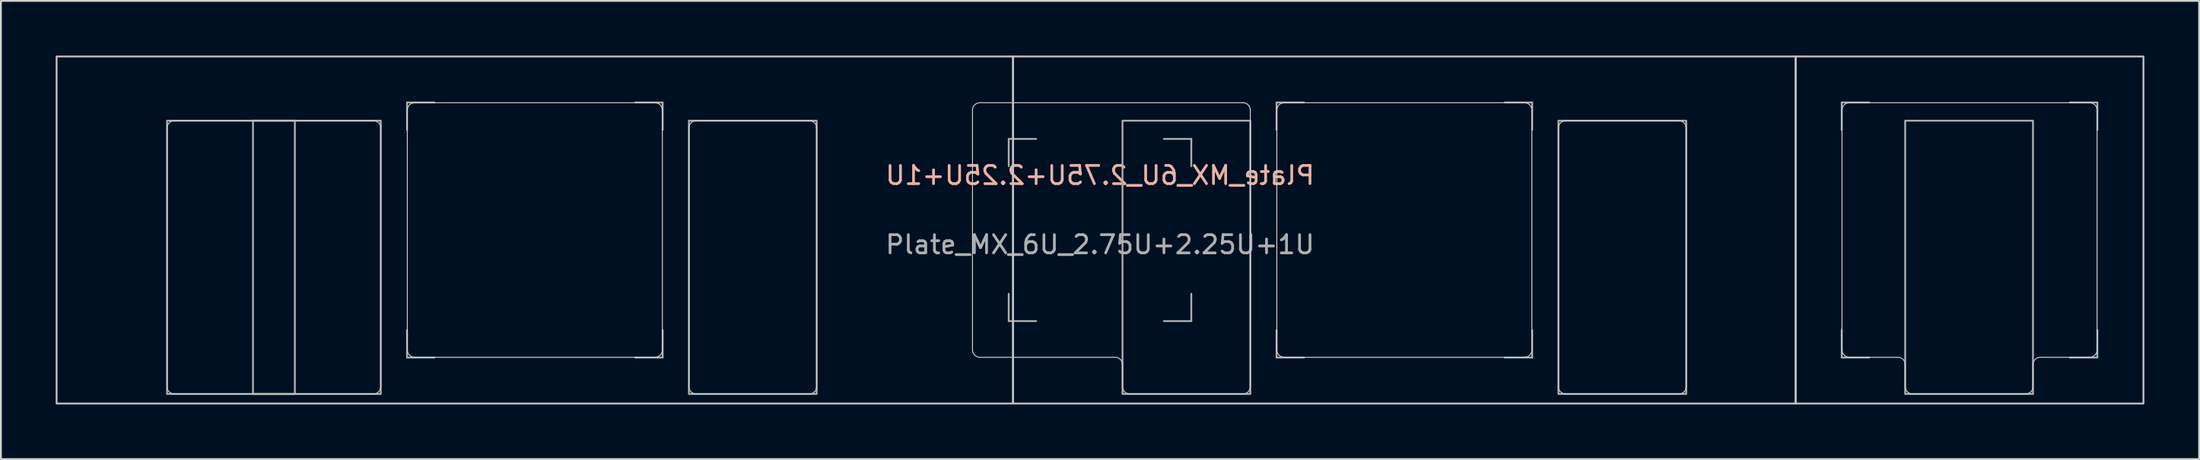
<source format=kicad_pcb>
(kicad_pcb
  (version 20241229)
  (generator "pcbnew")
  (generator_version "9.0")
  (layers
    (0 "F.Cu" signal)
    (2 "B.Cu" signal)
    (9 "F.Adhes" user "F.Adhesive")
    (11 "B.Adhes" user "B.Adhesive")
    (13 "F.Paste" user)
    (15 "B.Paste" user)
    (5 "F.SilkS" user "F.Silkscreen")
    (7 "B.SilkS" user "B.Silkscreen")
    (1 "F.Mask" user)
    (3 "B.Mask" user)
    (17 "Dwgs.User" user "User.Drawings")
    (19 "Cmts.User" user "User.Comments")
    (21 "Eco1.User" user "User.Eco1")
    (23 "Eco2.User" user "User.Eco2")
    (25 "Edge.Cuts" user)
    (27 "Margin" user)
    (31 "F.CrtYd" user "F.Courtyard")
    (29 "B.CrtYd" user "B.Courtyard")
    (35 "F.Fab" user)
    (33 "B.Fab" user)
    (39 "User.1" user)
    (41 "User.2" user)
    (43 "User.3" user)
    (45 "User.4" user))
  (footprint "Plate_MX_6U_2.75U+2.25U+1U"
    (layer "F.Cu")
    (at 57.2 9.575)
    (property "Reference" "Plate_MX_6U_2.75U+2.25U+1U" (at 0 -3 0) (layer "B.SilkS") (effects (font (size 1 1) (thickness 0.15)) (justify mirror)))
    (attr exclude_from_pos_files exclude_from_bom)
    (fp_rect (start -57.15 -9.525) (end -4.763 9.525) (stroke (width 0.1) (type default)) (fill no) (layer "Dwgs.User"))
    (fp_rect (start -4.763 -9.525) (end 38.1 9.525) (stroke (width 0.1) (type default)) (fill no) (layer "Dwgs.User"))
    (fp_rect (start 38.1 -9.525) (end 57.15 9.525) (stroke (width 0.1) (type default)) (fill no) (layer "Dwgs.User"))
    (fp_line (start -51.1 8.6) (end -51.1 -5.6) (stroke (width 0.05) (type default)) (layer "Edge.Cuts"))
    (fp_line (start -50.7 -6) (end -39.794 -6) (stroke (width 0.05) (type default)) (layer "Edge.Cuts"))
    (fp_line (start -39.794 9) (end -50.7 9) (stroke (width 0.05) (type default)) (layer "Edge.Cuts"))
    (fp_line (start -39.394 -5.6) (end -39.394 8.6) (stroke (width 0.05) (type default)) (layer "Edge.Cuts"))
    (fp_line (start -37.941 6.585) (end -37.941 -6.585) (stroke (width 0.05) (type default)) (layer "Edge.Cuts"))
    (fp_line (start -37.541 -6.985) (end -24.371 -6.985) (stroke (width 0.05) (type default)) (layer "Edge.Cuts"))
    (fp_line (start -24.371 6.985) (end -37.541 6.985) (stroke (width 0.05) (type default)) (layer "Edge.Cuts"))
    (fp_line (start -23.971 -6.585) (end -23.971 6.585) (stroke (width 0.05) (type default)) (layer "Edge.Cuts"))
    (fp_line (start -22.518 8.6) (end -22.518 -5.6) (stroke (width 0.05) (type default)) (layer "Edge.Cuts"))
    (fp_line (start -22.118 -6) (end -15.918 -6) (stroke (width 0.05) (type default)) (layer "Edge.Cuts"))
    (fp_line (start -15.918 9) (end -22.118 9) (stroke (width 0.05) (type default)) (layer "Edge.Cuts"))
    (fp_line (start -15.518 -5.6) (end -15.518 8.6) (stroke (width 0.05) (type default)) (layer "Edge.Cuts"))
    (fp_line (start -6.985 6.585) (end -6.985 -6.585) (stroke (width 0.05) (type default)) (layer "Edge.Cuts"))
    (fp_line (start -6.585 -6.985) (end 7.831 -6.985) (stroke (width 0.05) (type default)) (layer "Edge.Cuts"))
    (fp_line (start 0.831 6.985) (end -6.585 6.985) (stroke (width 0.05) (type default)) (layer "Edge.Cuts"))
    (fp_line (start 1.231 8.6) (end 1.231 7.385) (stroke (width 0.05) (type default)) (layer "Edge.Cuts"))
    (fp_line (start 7.831 9) (end 1.631 9) (stroke (width 0.05) (type default)) (layer "Edge.Cuts"))
    (fp_line (start 8.231 -6.585) (end 8.231 8.6) (stroke (width 0.05) (type default)) (layer "Edge.Cuts"))
    (fp_line (start 9.684 6.585) (end 9.684 -6.585) (stroke (width 0.05) (type default)) (layer "Edge.Cuts"))
    (fp_line (start 10.084 -6.985) (end 23.254 -6.985) (stroke (width 0.05) (type default)) (layer "Edge.Cuts"))
    (fp_line (start 23.254 6.985) (end 10.084 6.985) (stroke (width 0.05) (type default)) (layer "Edge.Cuts"))
    (fp_line (start 23.654 -6.585) (end 23.654 6.585) (stroke (width 0.05) (type default)) (layer "Edge.Cuts"))
    (fp_line (start 25.107 8.6) (end 25.107 -5.6) (stroke (width 0.05) (type default)) (layer "Edge.Cuts"))
    (fp_line (start 25.507 -6) (end 31.707 -6) (stroke (width 0.05) (type default)) (layer "Edge.Cuts"))
    (fp_line (start 31.707 9) (end 25.507 9) (stroke (width 0.05) (type default)) (layer "Edge.Cuts"))
    (fp_line (start 32.107 -5.6) (end 32.107 8.6) (stroke (width 0.05) (type default)) (layer "Edge.Cuts"))
    (fp_line (start 40.64 6.585) (end 40.64 -6.585) (stroke (width 0.05) (type default)) (layer "Edge.Cuts"))
    (fp_line (start 41.04 -6.985) (end 54.21 -6.985) (stroke (width 0.05) (type default)) (layer "Edge.Cuts"))
    (fp_line (start 43.7 6.985) (end 41.04 6.985) (stroke (width 0.05) (type default)) (layer "Edge.Cuts"))
    (fp_line (start 44.1 8.6) (end 44.1 7.385) (stroke (width 0.05) (type default)) (layer "Edge.Cuts"))
    (fp_line (start 50.7 9) (end 44.5 9) (stroke (width 0.05) (type default)) (layer "Edge.Cuts"))
    (fp_line (start 51.1 7.385) (end 51.1 8.6) (stroke (width 0.05) (type default)) (layer "Edge.Cuts"))
    (fp_line (start 51.5 6.985) (end 54.21 6.985) (stroke (width 0.05) (type default)) (layer "Edge.Cuts"))
    (fp_line (start 54.61 -6.585) (end 54.61 6.585) (stroke (width 0.05) (type default)) (layer "Edge.Cuts"))
    (fp_arc (start -51.1 -5.6) (mid -50.982843 -5.882843) (end -50.7 -6) (stroke (width 0.05) (type default)) (layer "Edge.Cuts"))
    (fp_arc (start -50.7 9) (mid -50.982843 8.882843) (end -51.1 8.6) (stroke (width 0.05) (type default)) (layer "Edge.Cuts"))
    (fp_arc (start -39.79425 -6) (mid -39.511407 -5.882843) (end -39.39425 -5.6) (stroke (width 0.05) (type default)) (layer "Edge.Cuts"))
    (fp_arc (start -39.39425 8.6) (mid -39.511407 8.882843) (end -39.79425 9) (stroke (width 0.05) (type default)) (layer "Edge.Cuts"))
    (fp_arc (start -37.94125 -6.585) (mid -37.824093 -6.867843) (end -37.54125 -6.985) (stroke (width 0.05) (type default)) (layer "Edge.Cuts"))
    (fp_arc (start -37.54125 6.985) (mid -37.824093 6.867843) (end -37.94125 6.585) (stroke (width 0.05) (type default)) (layer "Edge.Cuts"))
    (fp_arc (start -24.37125 -6.985) (mid -24.088407 -6.867843) (end -23.97125 -6.585) (stroke (width 0.05) (type default)) (layer "Edge.Cuts"))
    (fp_arc (start -23.97125 6.585) (mid -24.088407 6.867843) (end -24.37125 6.985) (stroke (width 0.05) (type default)) (layer "Edge.Cuts"))
    (fp_arc (start -22.51825 -5.6) (mid -22.401093 -5.882843) (end -22.11825 -6) (stroke (width 0.05) (type default)) (layer "Edge.Cuts"))
    (fp_arc (start -22.11825 9) (mid -22.401093 8.882843) (end -22.51825 8.6) (stroke (width 0.05) (type default)) (layer "Edge.Cuts"))
    (fp_arc (start -15.91825 -6) (mid -15.635407 -5.882843) (end -15.51825 -5.6) (stroke (width 0.05) (type default)) (layer "Edge.Cuts"))
    (fp_arc (start -15.51825 8.6) (mid -15.635407 8.882843) (end -15.91825 9) (stroke (width 0.05) (type default)) (layer "Edge.Cuts"))
    (fp_arc (start -6.985 -6.585) (mid -6.867843 -6.867843) (end -6.585 -6.985) (stroke (width 0.05) (type default)) (layer "Edge.Cuts"))
    (fp_arc (start -6.585 6.985) (mid -6.867843 6.867843) (end -6.985 6.585) (stroke (width 0.05) (type default)) (layer "Edge.Cuts"))
    (fp_arc (start 0.83075 6.985) (mid 1.113593 7.102157) (end 1.23075 7.385) (stroke (width 0.05) (type default)) (layer "Edge.Cuts"))
    (fp_arc (start 1.63075 9) (mid 1.347907 8.882843) (end 1.23075 8.6) (stroke (width 0.05) (type default)) (layer "Edge.Cuts"))
    (fp_arc (start 7.83075 -6.985) (mid 8.113593 -6.867843) (end 8.23075 -6.585) (stroke (width 0.05) (type default)) (layer "Edge.Cuts"))
    (fp_arc (start 8.23075 8.6) (mid 8.113593 8.882843) (end 7.83075 9) (stroke (width 0.05) (type default)) (layer "Edge.Cuts"))
    (fp_arc (start 9.68375 -6.585) (mid 9.800907 -6.867843) (end 10.08375 -6.985) (stroke (width 0.05) (type default)) (layer "Edge.Cuts"))
    (fp_arc (start 10.08375 6.985) (mid 9.800907 6.867843) (end 9.68375 6.585) (stroke (width 0.05) (type default)) (layer "Edge.Cuts"))
    (fp_arc (start 23.25375 -6.985) (mid 23.536593 -6.867843) (end 23.65375 -6.585) (stroke (width 0.05) (type default)) (layer "Edge.Cuts"))
    (fp_arc (start 23.65375 6.585) (mid 23.536593 6.867843) (end 23.25375 6.985) (stroke (width 0.05) (type default)) (layer "Edge.Cuts"))
    (fp_arc (start 25.10675 -5.6) (mid 25.223907 -5.882843) (end 25.50675 -6) (stroke (width 0.05) (type default)) (layer "Edge.Cuts"))
    (fp_arc (start 25.50675 9) (mid 25.223907 8.882843) (end 25.10675 8.6) (stroke (width 0.05) (type default)) (layer "Edge.Cuts"))
    (fp_arc (start 31.70675 -6) (mid 31.989593 -5.882843) (end 32.10675 -5.6) (stroke (width 0.05) (type default)) (layer "Edge.Cuts"))
    (fp_arc (start 32.10675 8.6) (mid 31.989593 8.882843) (end 31.70675 9) (stroke (width 0.05) (type default)) (layer "Edge.Cuts"))
    (fp_arc (start 40.64 -6.585) (mid 40.757157 -6.867843) (end 41.04 -6.985) (stroke (width 0.05) (type default)) (layer "Edge.Cuts"))
    (fp_arc (start 41.04 6.985) (mid 40.757157 6.867843) (end 40.64 6.585) (stroke (width 0.05) (type default)) (layer "Edge.Cuts"))
    (fp_arc (start 43.7 6.985) (mid 43.982843 7.102157) (end 44.1 7.385) (stroke (width 0.05) (type default)) (layer "Edge.Cuts"))
    (fp_arc (start 44.5 9) (mid 44.217157 8.882843) (end 44.1 8.6) (stroke (width 0.05) (type default)) (layer "Edge.Cuts"))
    (fp_arc (start 51.1 7.385) (mid 51.217157 7.102157) (end 51.5 6.985) (stroke (width 0.05) (type default)) (layer "Edge.Cuts"))
    (fp_arc (start 51.1 8.6) (mid 50.982843 8.882843) (end 50.7 9) (stroke (width 0.05) (type default)) (layer "Edge.Cuts"))
    (fp_arc (start 54.21 -6.985) (mid 54.492843 -6.867843) (end 54.61 -6.585) (stroke (width 0.05) (type default)) (layer "Edge.Cuts"))
    (fp_arc (start 54.61 6.585) (mid 54.492843 6.867843) (end 54.21 6.985) (stroke (width 0.05) (type default)) (layer "Edge.Cuts"))
    (fp_line (start -37.956 -7) (end -37.956 -5.5) (stroke (width 0.1) (type default)) (layer "F.Fab"))
    (fp_line (start -37.956 -7) (end -36.456 -7) (stroke (width 0.1) (type default)) (layer "F.Fab"))
    (fp_line (start -37.956 5.5) (end -37.956 7) (stroke (width 0.1) (type default)) (layer "F.Fab"))
    (fp_line (start -36.456 7) (end -37.956 7) (stroke (width 0.1) (type default)) (layer "F.Fab"))
    (fp_line (start -25.456 -7) (end -23.956 -7) (stroke (width 0.1) (type default)) (layer "F.Fab"))
    (fp_line (start -23.956 -5.5) (end -23.956 -7) (stroke (width 0.1) (type default)) (layer "F.Fab"))
    (fp_line (start -23.956 7) (end -25.456 7) (stroke (width 0.1) (type default)) (layer "F.Fab"))
    (fp_line (start -23.956 7) (end -23.956 5.5) (stroke (width 0.1) (type default)) (layer "F.Fab"))
    (fp_line (start -5 -5) (end -5 -3.5) (stroke (width 0.1) (type default)) (layer "F.Fab"))
    (fp_line (start -5 -5) (end -3.5 -5) (stroke (width 0.1) (type default)) (layer "F.Fab"))
    (fp_line (start -5 3.5) (end -5 5) (stroke (width 0.1) (type default)) (layer "F.Fab"))
    (fp_line (start -3.5 5) (end -5 5) (stroke (width 0.1) (type default)) (layer "F.Fab"))
    (fp_line (start 3.5 -5) (end 5 -5) (stroke (width 0.1) (type default)) (layer "F.Fab"))
    (fp_line (start 5 -3.5) (end 5 -5) (stroke (width 0.1) (type default)) (layer "F.Fab"))
    (fp_line (start 5 5) (end 3.5 5) (stroke (width 0.1) (type default)) (layer "F.Fab"))
    (fp_line (start 5 5) (end 5 3.5) (stroke (width 0.1) (type default)) (layer "F.Fab"))
    (fp_line (start 9.669 -7) (end 9.669 -5.5) (stroke (width 0.1) (type default)) (layer "F.Fab"))
    (fp_line (start 9.669 -7) (end 11.169 -7) (stroke (width 0.1) (type default)) (layer "F.Fab"))
    (fp_line (start 9.669 5.5) (end 9.669 7) (stroke (width 0.1) (type default)) (layer "F.Fab"))
    (fp_line (start 11.169 7) (end 9.669 7) (stroke (width 0.1) (type default)) (layer "F.Fab"))
    (fp_line (start 22.169 -7) (end 23.669 -7) (stroke (width 0.1) (type default)) (layer "F.Fab"))
    (fp_line (start 23.669 -5.5) (end 23.669 -7) (stroke (width 0.1) (type default)) (layer "F.Fab"))
    (fp_line (start 23.669 7) (end 22.169 7) (stroke (width 0.1) (type default)) (layer "F.Fab"))
    (fp_line (start 23.669 7) (end 23.669 5.5) (stroke (width 0.1) (type default)) (layer "F.Fab"))
    (fp_line (start 40.625 -7) (end 40.625 -5.5) (stroke (width 0.1) (type default)) (layer "F.Fab"))
    (fp_line (start 40.625 -7) (end 42.125 -7) (stroke (width 0.1) (type default)) (layer "F.Fab"))
    (fp_line (start 40.625 5.5) (end 40.625 7) (stroke (width 0.1) (type default)) (layer "F.Fab"))
    (fp_line (start 42.125 7) (end 40.625 7) (stroke (width 0.1) (type default)) (layer "F.Fab"))
    (fp_line (start 53.125 -7) (end 54.625 -7) (stroke (width 0.1) (type default)) (layer "F.Fab"))
    (fp_line (start 54.625 -5.5) (end 54.625 -7) (stroke (width 0.1) (type default)) (layer "F.Fab"))
    (fp_line (start 54.625 7) (end 53.125 7) (stroke (width 0.1) (type default)) (layer "F.Fab"))
    (fp_line (start 54.625 7) (end 54.625 5.5) (stroke (width 0.1) (type default)) (layer "F.Fab"))
    (fp_rect (start -51.1 -6) (end -44.1 9) (stroke (width 0.1) (type default)) (fill no) (layer "F.Fab"))
    (fp_rect (start -46.394 -6) (end -39.394 9) (stroke (width 0.1) (type default)) (fill no) (layer "F.Fab"))
    (fp_rect (start -22.518 -6) (end -15.518 9) (stroke (width 0.1) (type default)) (fill no) (layer "F.Fab"))
    (fp_rect (start 1.231 -6) (end 8.231 9) (stroke (width 0.1) (type default)) (fill no) (layer "F.Fab"))
    (fp_rect (start 25.107 -6) (end 32.107 9) (stroke (width 0.1) (type default)) (fill no) (layer "F.Fab"))
    (fp_rect (start 44.1 -6) (end 51.1 9) (stroke (width 0.1) (type default)) (fill no) (layer "F.Fab"))
    (fp_text user "${REFERENCE}" (at 0 0.8 0) (layer "F.Fab") (effects (font (size 1 1) (thickness 0.15)))))
  (gr_rect
    (start -3 -3)
    (end 117.4 22.15)
    (stroke (width 0.1) (type default))
    (fill no)
    (layer "Edge.Cuts")))
</source>
